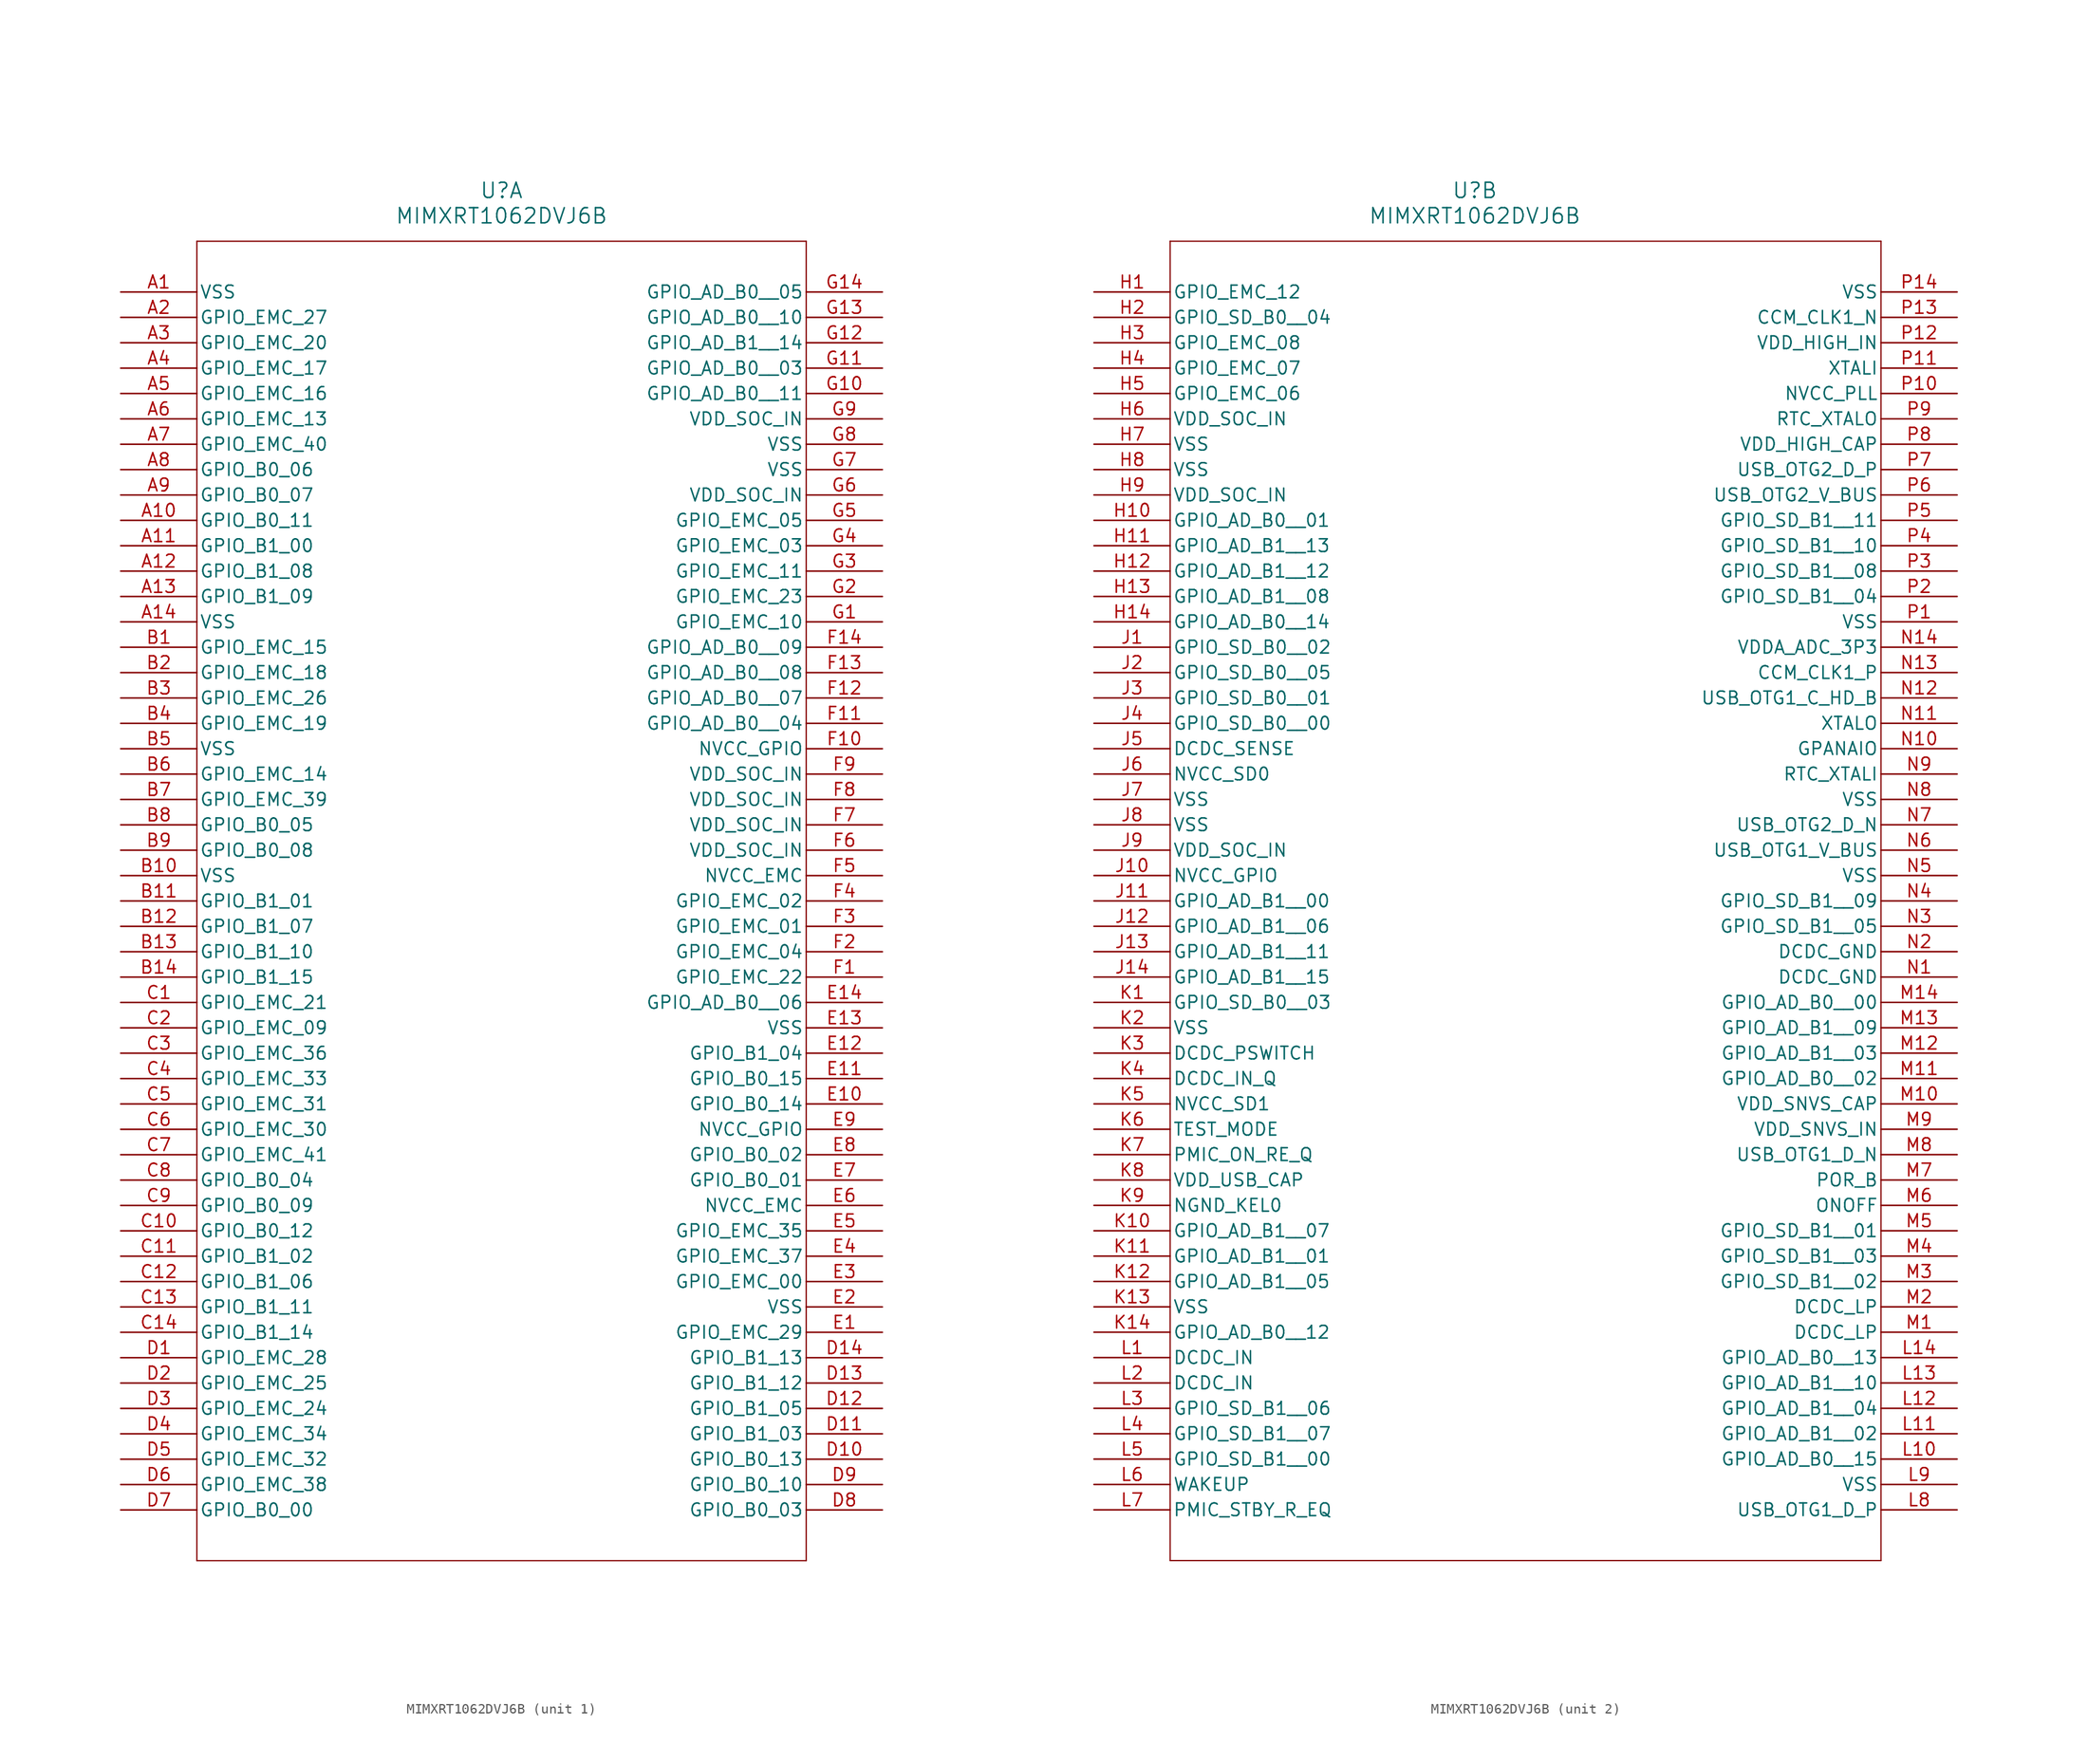
<source format=kicad_sym>
(kicad_symbol_lib
  (version 20211014)
  (generator kicad_symbol_editor)
  (symbol "MIMXRT1062DVJ6B"
    (pin_names
      (offset 0.254))
    (property "Reference" "U"
      (at 38.1 10.16 0)
      (effects (font (size 1.524 1.524))))
    (property "Value" "MIMXRT1062DVJ6B"
      (at 38.1 7.62 0)
      (effects (font (size 1.524 1.524))))
    (symbol "MIMXRT1062DVJ6B_1_1"
      (polyline (pts (xy 7.62 5.08) (xy 7.62 -127)) (stroke (width 0.127) (type default) (color 0 0 0 0)) (fill (type none)))
      (polyline (pts (xy 7.62 -127) (xy 68.58 -127)) (stroke (width 0.127) (type default) (color 0 0 0 0)) (fill (type none)))
      (polyline (pts (xy 68.58 -127) (xy 68.58 5.08)) (stroke (width 0.127) (type default) (color 0 0 0 0)) (fill (type none)))
      (polyline (pts (xy 68.58 5.08) (xy 7.62 5.08)) (stroke (width 0.127) (type default) (color 0 0 0 0)) (fill (type none)))
      (pin power_out line (at 0 0 0) (length 7.62) (name "VSS" (effects (font (size 1.27 1.27)))) (number "A1" (effects (font (size 1.27 1.27)))))
      (pin bidirectional line (at 0 -2.54 0) (length 7.62) (name "GPIO_EMC_27" (effects (font (size 1.27 1.27)))) (number "A2" (effects (font (size 1.27 1.27)))))
      (pin bidirectional line (at 0 -5.08 0) (length 7.62) (name "GPIO_EMC_20" (effects (font (size 1.27 1.27)))) (number "A3" (effects (font (size 1.27 1.27)))))
      (pin bidirectional line (at 0 -7.62 0) (length 7.62) (name "GPIO_EMC_17" (effects (font (size 1.27 1.27)))) (number "A4" (effects (font (size 1.27 1.27)))))
      (pin bidirectional line (at 0 -10.16 0) (length 7.62) (name "GPIO_EMC_16" (effects (font (size 1.27 1.27)))) (number "A5" (effects (font (size 1.27 1.27)))))
      (pin bidirectional line (at 0 -12.7 0) (length 7.62) (name "GPIO_EMC_13" (effects (font (size 1.27 1.27)))) (number "A6" (effects (font (size 1.27 1.27)))))
      (pin bidirectional line (at 0 -15.24 0) (length 7.62) (name "GPIO_EMC_40" (effects (font (size 1.27 1.27)))) (number "A7" (effects (font (size 1.27 1.27)))))
      (pin bidirectional line (at 0 -17.78 0) (length 7.62) (name "GPIO_B0_06" (effects (font (size 1.27 1.27)))) (number "A8" (effects (font (size 1.27 1.27)))))
      (pin bidirectional line (at 0 -20.32 0) (length 7.62) (name "GPIO_B0_07" (effects (font (size 1.27 1.27)))) (number "A9" (effects (font (size 1.27 1.27)))))
      (pin bidirectional line (at 0 -22.86 0) (length 7.62) (name "GPIO_B0_11" (effects (font (size 1.27 1.27)))) (number "A10" (effects (font (size 1.27 1.27)))))
      (pin bidirectional line (at 0 -25.4 0) (length 7.62) (name "GPIO_B1_00" (effects (font (size 1.27 1.27)))) (number "A11" (effects (font (size 1.27 1.27)))))
      (pin bidirectional line (at 0 -27.94 0) (length 7.62) (name "GPIO_B1_08" (effects (font (size 1.27 1.27)))) (number "A12" (effects (font (size 1.27 1.27)))))
      (pin bidirectional line (at 0 -30.48 0) (length 7.62) (name "GPIO_B1_09" (effects (font (size 1.27 1.27)))) (number "A13" (effects (font (size 1.27 1.27)))))
      (pin power_out line (at 0 -33.02 0) (length 7.62) (name "VSS" (effects (font (size 1.27 1.27)))) (number "A14" (effects (font (size 1.27 1.27)))))
      (pin bidirectional line (at 0 -35.56 0) (length 7.62) (name "GPIO_EMC_15" (effects (font (size 1.27 1.27)))) (number "B1" (effects (font (size 1.27 1.27)))))
      (pin bidirectional line (at 0 -38.1 0) (length 7.62) (name "GPIO_EMC_18" (effects (font (size 1.27 1.27)))) (number "B2" (effects (font (size 1.27 1.27)))))
      (pin bidirectional line (at 0 -40.64 0) (length 7.62) (name "GPIO_EMC_26" (effects (font (size 1.27 1.27)))) (number "B3" (effects (font (size 1.27 1.27)))))
      (pin bidirectional line (at 0 -43.18 0) (length 7.62) (name "GPIO_EMC_19" (effects (font (size 1.27 1.27)))) (number "B4" (effects (font (size 1.27 1.27)))))
      (pin bidirectional line (at 0 -45.72 0) (length 7.62) (name "VSS" (effects (font (size 1.27 1.27)))) (number "B5" (effects (font (size 1.27 1.27)))))
      (pin bidirectional line (at 0 -48.26 0) (length 7.62) (name "GPIO_EMC_14" (effects (font (size 1.27 1.27)))) (number "B6" (effects (font (size 1.27 1.27)))))
      (pin bidirectional line (at 0 -50.8 0) (length 7.62) (name "GPIO_EMC_39" (effects (font (size 1.27 1.27)))) (number "B7" (effects (font (size 1.27 1.27)))))
      (pin bidirectional line (at 0 -53.34 0) (length 7.62) (name "GPIO_B0_05" (effects (font (size 1.27 1.27)))) (number "B8" (effects (font (size 1.27 1.27)))))
      (pin bidirectional line (at 0 -55.88 0) (length 7.62) (name "GPIO_B0_08" (effects (font (size 1.27 1.27)))) (number "B9" (effects (font (size 1.27 1.27)))))
      (pin bidirectional line (at 0 -58.42 0) (length 7.62) (name "VSS" (effects (font (size 1.27 1.27)))) (number "B10" (effects (font (size 1.27 1.27)))))
      (pin bidirectional line (at 0 -60.96 0) (length 7.62) (name "GPIO_B1_01" (effects (font (size 1.27 1.27)))) (number "B11" (effects (font (size 1.27 1.27)))))
      (pin bidirectional line (at 0 -63.5 0) (length 7.62) (name "GPIO_B1_07" (effects (font (size 1.27 1.27)))) (number "B12" (effects (font (size 1.27 1.27)))))
      (pin bidirectional line (at 0 -66.04 0) (length 7.62) (name "GPIO_B1_10" (effects (font (size 1.27 1.27)))) (number "B13" (effects (font (size 1.27 1.27)))))
      (pin bidirectional line (at 0 -68.58 0) (length 7.62) (name "GPIO_B1_15" (effects (font (size 1.27 1.27)))) (number "B14" (effects (font (size 1.27 1.27)))))
      (pin bidirectional line (at 0 -71.12 0) (length 7.62) (name "GPIO_EMC_21" (effects (font (size 1.27 1.27)))) (number "C1" (effects (font (size 1.27 1.27)))))
      (pin bidirectional line (at 0 -73.66 0) (length 7.62) (name "GPIO_EMC_09" (effects (font (size 1.27 1.27)))) (number "C2" (effects (font (size 1.27 1.27)))))
      (pin bidirectional line (at 0 -76.2 0) (length 7.62) (name "GPIO_EMC_36" (effects (font (size 1.27 1.27)))) (number "C3" (effects (font (size 1.27 1.27)))))
      (pin bidirectional line (at 0 -78.74 0) (length 7.62) (name "GPIO_EMC_33" (effects (font (size 1.27 1.27)))) (number "C4" (effects (font (size 1.27 1.27)))))
      (pin bidirectional line (at 0 -81.28 0) (length 7.62) (name "GPIO_EMC_31" (effects (font (size 1.27 1.27)))) (number "C5" (effects (font (size 1.27 1.27)))))
      (pin bidirectional line (at 0 -83.82 0) (length 7.62) (name "GPIO_EMC_30" (effects (font (size 1.27 1.27)))) (number "C6" (effects (font (size 1.27 1.27)))))
      (pin bidirectional line (at 0 -86.36 0) (length 7.62) (name "GPIO_EMC_41" (effects (font (size 1.27 1.27)))) (number "C7" (effects (font (size 1.27 1.27)))))
      (pin bidirectional line (at 0 -88.9 0) (length 7.62) (name "GPIO_B0_04" (effects (font (size 1.27 1.27)))) (number "C8" (effects (font (size 1.27 1.27)))))
      (pin bidirectional line (at 0 -91.44 0) (length 7.62) (name "GPIO_B0_09" (effects (font (size 1.27 1.27)))) (number "C9" (effects (font (size 1.27 1.27)))))
      (pin power_out line (at 0 -93.98 0) (length 7.62) (name "GPIO_B0_12" (effects (font (size 1.27 1.27)))) (number "C10" (effects (font (size 1.27 1.27)))))
      (pin bidirectional line (at 0 -96.52 0) (length 7.62) (name "GPIO_B1_02" (effects (font (size 1.27 1.27)))) (number "C11" (effects (font (size 1.27 1.27)))))
      (pin bidirectional line (at 0 -99.06 0) (length 7.62) (name "GPIO_B1_06" (effects (font (size 1.27 1.27)))) (number "C12" (effects (font (size 1.27 1.27)))))
      (pin bidirectional line (at 0 -101.6 0) (length 7.62) (name "GPIO_B1_11" (effects (font (size 1.27 1.27)))) (number "C13" (effects (font (size 1.27 1.27)))))
      (pin power_in line (at 0 -104.14 0) (length 7.62) (name "GPIO_B1_14" (effects (font (size 1.27 1.27)))) (number "C14" (effects (font (size 1.27 1.27)))))
      (pin bidirectional line (at 0 -106.68 0) (length 7.62) (name "GPIO_EMC_28" (effects (font (size 1.27 1.27)))) (number "D1" (effects (font (size 1.27 1.27)))))
      (pin bidirectional line (at 0 -109.22 0) (length 7.62) (name "GPIO_EMC_25" (effects (font (size 1.27 1.27)))) (number "D2" (effects (font (size 1.27 1.27)))))
      (pin power_in line (at 0 -111.76 0) (length 7.62) (name "GPIO_EMC_24" (effects (font (size 1.27 1.27)))) (number "D3" (effects (font (size 1.27 1.27)))))
      (pin bidirectional line (at 0 -114.3 0) (length 7.62) (name "GPIO_EMC_34" (effects (font (size 1.27 1.27)))) (number "D4" (effects (font (size 1.27 1.27)))))
      (pin bidirectional line (at 0 -116.84 0) (length 7.62) (name "GPIO_EMC_32" (effects (font (size 1.27 1.27)))) (number "D5" (effects (font (size 1.27 1.27)))))
      (pin bidirectional line (at 0 -119.38 0) (length 7.62) (name "GPIO_EMC_38" (effects (font (size 1.27 1.27)))) (number "D6" (effects (font (size 1.27 1.27)))))
      (pin bidirectional line (at 0 -121.92 0) (length 7.62) (name "GPIO_B0_00" (effects (font (size 1.27 1.27)))) (number "D7" (effects (font (size 1.27 1.27)))))
      (pin power_in line (at 76.2 -121.92 180) (length 7.62) (name "GPIO_B0_03" (effects (font (size 1.27 1.27)))) (number "D8" (effects (font (size 1.27 1.27)))))
      (pin power_in line (at 76.2 -119.38 180) (length 7.62) (name "GPIO_B0_10" (effects (font (size 1.27 1.27)))) (number "D9" (effects (font (size 1.27 1.27)))))
      (pin power_in line (at 76.2 -116.84 180) (length 7.62) (name "GPIO_B0_13" (effects (font (size 1.27 1.27)))) (number "D10" (effects (font (size 1.27 1.27)))))
      (pin power_in line (at 76.2 -114.3 180) (length 7.62) (name "GPIO_B1_03" (effects (font (size 1.27 1.27)))) (number "D11" (effects (font (size 1.27 1.27)))))
      (pin power_in line (at 76.2 -111.76 180) (length 7.62) (name "GPIO_B1_05" (effects (font (size 1.27 1.27)))) (number "D12" (effects (font (size 1.27 1.27)))))
      (pin bidirectional line (at 76.2 -109.22 180) (length 7.62) (name "GPIO_B1_12" (effects (font (size 1.27 1.27)))) (number "D13" (effects (font (size 1.27 1.27)))))
      (pin bidirectional line (at 76.2 -106.68 180) (length 7.62) (name "GPIO_B1_13" (effects (font (size 1.27 1.27)))) (number "D14" (effects (font (size 1.27 1.27)))))
      (pin bidirectional line (at 76.2 -104.14 180) (length 7.62) (name "GPIO_EMC_29" (effects (font (size 1.27 1.27)))) (number "E1" (effects (font (size 1.27 1.27)))))
      (pin bidirectional line (at 76.2 -101.6 180) (length 7.62) (name "VSS" (effects (font (size 1.27 1.27)))) (number "E2" (effects (font (size 1.27 1.27)))))
      (pin bidirectional line (at 76.2 -99.06 180) (length 7.62) (name "GPIO_EMC_00" (effects (font (size 1.27 1.27)))) (number "E3" (effects (font (size 1.27 1.27)))))
      (pin power_in line (at 76.2 -96.52 180) (length 7.62) (name "GPIO_EMC_37" (effects (font (size 1.27 1.27)))) (number "E4" (effects (font (size 1.27 1.27)))))
      (pin power_out line (at 76.2 -93.98 180) (length 7.62) (name "GPIO_EMC_35" (effects (font (size 1.27 1.27)))) (number "E5" (effects (font (size 1.27 1.27)))))
      (pin power_out line (at 76.2 -91.44 180) (length 7.62) (name "NVCC_EMC" (effects (font (size 1.27 1.27)))) (number "E6" (effects (font (size 1.27 1.27)))))
      (pin power_in line (at 76.2 -88.9 180) (length 7.62) (name "GPIO_B0_01" (effects (font (size 1.27 1.27)))) (number "E7" (effects (font (size 1.27 1.27)))))
      (pin bidirectional line (at 76.2 -86.36 180) (length 7.62) (name "GPIO_B0_02" (effects (font (size 1.27 1.27)))) (number "E8" (effects (font (size 1.27 1.27)))))
      (pin bidirectional line (at 76.2 -83.82 180) (length 7.62) (name "NVCC_GPIO" (effects (font (size 1.27 1.27)))) (number "E9" (effects (font (size 1.27 1.27)))))
      (pin bidirectional line (at 76.2 -81.28 180) (length 7.62) (name "GPIO_B0_14" (effects (font (size 1.27 1.27)))) (number "E10" (effects (font (size 1.27 1.27)))))
      (pin bidirectional line (at 76.2 -78.74 180) (length 7.62) (name "GPIO_B0_15" (effects (font (size 1.27 1.27)))) (number "E11" (effects (font (size 1.27 1.27)))))
      (pin bidirectional line (at 76.2 -76.2 180) (length 7.62) (name "GPIO_B1_04" (effects (font (size 1.27 1.27)))) (number "E12" (effects (font (size 1.27 1.27)))))
      (pin power_in line (at 76.2 -73.66 180) (length 7.62) (name "VSS" (effects (font (size 1.27 1.27)))) (number "E13" (effects (font (size 1.27 1.27)))))
      (pin power_out line (at 76.2 -71.12 180) (length 7.62) (name "GPIO_AD_B0_ 06" (effects (font (size 1.27 1.27)))) (number "E14" (effects (font (size 1.27 1.27)))))
      (pin power_out line (at 76.2 -68.58 180) (length 7.62) (name "GPIO_EMC_22" (effects (font (size 1.27 1.27)))) (number "F1" (effects (font (size 1.27 1.27)))))
      (pin power_in line (at 76.2 -66.04 180) (length 7.62) (name "GPIO_EMC_04" (effects (font (size 1.27 1.27)))) (number "F2" (effects (font (size 1.27 1.27)))))
      (pin bidirectional line (at 76.2 -63.5 180) (length 7.62) (name "GPIO_EMC_01" (effects (font (size 1.27 1.27)))) (number "F3" (effects (font (size 1.27 1.27)))))
      (pin bidirectional line (at 76.2 -60.96 180) (length 7.62) (name "GPIO_EMC_02" (effects (font (size 1.27 1.27)))) (number "F4" (effects (font (size 1.27 1.27)))))
      (pin bidirectional line (at 76.2 -58.42 180) (length 7.62) (name "NVCC_EMC" (effects (font (size 1.27 1.27)))) (number "F5" (effects (font (size 1.27 1.27)))))
      (pin bidirectional line (at 76.2 -55.88 180) (length 7.62) (name "VDD_SOC_IN" (effects (font (size 1.27 1.27)))) (number "F6" (effects (font (size 1.27 1.27)))))
      (pin unspecified line (at 76.2 -53.34 180) (length 7.62) (name "VDD_SOC_IN" (effects (font (size 1.27 1.27)))) (number "F7" (effects (font (size 1.27 1.27)))))
      (pin bidirectional line (at 76.2 -50.8 180) (length 7.62) (name "VDD_SOC_IN" (effects (font (size 1.27 1.27)))) (number "F8" (effects (font (size 1.27 1.27)))))
      (pin power_out line (at 76.2 -48.26 180) (length 7.62) (name "VDD_SOC_IN" (effects (font (size 1.27 1.27)))) (number "F9" (effects (font (size 1.27 1.27)))))
      (pin power_out line (at 76.2 -45.72 180) (length 7.62) (name "NVCC_GPIO" (effects (font (size 1.27 1.27)))) (number "F10" (effects (font (size 1.27 1.27)))))
      (pin power_in line (at 76.2 -43.18 180) (length 7.62) (name "GPIO_AD_B0_ 04" (effects (font (size 1.27 1.27)))) (number "F11" (effects (font (size 1.27 1.27)))))
      (pin bidirectional line (at 76.2 -40.64 180) (length 7.62) (name "GPIO_AD_B0_ 07" (effects (font (size 1.27 1.27)))) (number "F12" (effects (font (size 1.27 1.27)))))
      (pin power_out line (at 76.2 -38.1 180) (length 7.62) (name "GPIO_AD_B0_ 08" (effects (font (size 1.27 1.27)))) (number "F13" (effects (font (size 1.27 1.27)))))
      (pin unspecified line (at 76.2 -35.56 180) (length 7.62) (name "GPIO_AD_B0_ 09" (effects (font (size 1.27 1.27)))) (number "F14" (effects (font (size 1.27 1.27)))))
      (pin input line (at 76.2 -33.02 180) (length 7.62) (name "GPIO_EMC_10" (effects (font (size 1.27 1.27)))) (number "G1" (effects (font (size 1.27 1.27)))))
      (pin bidirectional line (at 76.2 -30.48 180) (length 7.62) (name "GPIO_EMC_23" (effects (font (size 1.27 1.27)))) (number "G2" (effects (font (size 1.27 1.27)))))
      (pin unspecified line (at 76.2 -27.94 180) (length 7.62) (name "GPIO_EMC_11" (effects (font (size 1.27 1.27)))) (number "G3" (effects (font (size 1.27 1.27)))))
      (pin unspecified line (at 76.2 -25.4 180) (length 7.62) (name "GPIO_EMC_03" (effects (font (size 1.27 1.27)))) (number "G4" (effects (font (size 1.27 1.27)))))
      (pin power_in line (at 76.2 -22.86 180) (length 7.62) (name "GPIO_EMC_05" (effects (font (size 1.27 1.27)))) (number "G5" (effects (font (size 1.27 1.27)))))
      (pin power_out line (at 76.2 -20.32 180) (length 7.62) (name "VDD_SOC_IN" (effects (font (size 1.27 1.27)))) (number "G6" (effects (font (size 1.27 1.27)))))
      (pin input line (at 76.2 -17.78 180) (length 7.62) (name "VSS" (effects (font (size 1.27 1.27)))) (number "G7" (effects (font (size 1.27 1.27)))))
      (pin input line (at 76.2 -15.24 180) (length 7.62) (name "VSS" (effects (font (size 1.27 1.27)))) (number "G8" (effects (font (size 1.27 1.27)))))
      (pin bidirectional line (at 76.2 -12.7 180) (length 7.62) (name "VDD_SOC_IN" (effects (font (size 1.27 1.27)))) (number "G9" (effects (font (size 1.27 1.27)))))
      (pin bidirectional line (at 76.2 -10.16 180) (length 7.62) (name "GPIO_AD_B0_ 11" (effects (font (size 1.27 1.27)))) (number "G10" (effects (font (size 1.27 1.27)))))
      (pin bidirectional line (at 76.2 -7.62 180) (length 7.62) (name "GPIO_AD_B0_ 03" (effects (font (size 1.27 1.27)))) (number "G11" (effects (font (size 1.27 1.27)))))
      (pin unspecified line (at 76.2 -5.08 180) (length 7.62) (name "GPIO_AD_B1_ 14" (effects (font (size 1.27 1.27)))) (number "G12" (effects (font (size 1.27 1.27)))))
      (pin unspecified line (at 76.2 -2.54 180) (length 7.62) (name "GPIO_AD_B0_ 10" (effects (font (size 1.27 1.27)))) (number "G13" (effects (font (size 1.27 1.27)))))
      (pin bidirectional line (at 76.2 0 180) (length 7.62) (name "GPIO_AD_B0_ 05" (effects (font (size 1.27 1.27)))) (number "G14" (effects (font (size 1.27 1.27))))))
    (symbol "MIMXRT1062DVJ6B_2_1"
      (polyline (pts (xy 7.62 5.08) (xy 7.62 -127)) (stroke (width 0.127) (type default) (color 0 0 0 0)) (fill (type none)))
      (polyline (pts (xy 7.62 -127) (xy 78.74 -127)) (stroke (width 0.127) (type default) (color 0 0 0 0)) (fill (type none)))
      (polyline (pts (xy 78.74 -127) (xy 78.74 5.08)) (stroke (width 0.127) (type default) (color 0 0 0 0)) (fill (type none)))
      (polyline (pts (xy 78.74 5.08) (xy 7.62 5.08)) (stroke (width 0.127) (type default) (color 0 0 0 0)) (fill (type none)))
      (pin power_out line (at 0 0 0) (length 7.62) (name "GPIO_EMC_12" (effects (font (size 1.27 1.27)))) (number "H1" (effects (font (size 1.27 1.27)))))
      (pin unspecified line (at 0 -2.54 0) (length 7.62) (name "GPIO_SD_B0_ 04" (effects (font (size 1.27 1.27)))) (number "H2" (effects (font (size 1.27 1.27)))))
      (pin unspecified line (at 0 -5.08 0) (length 7.62) (name "GPIO_EMC_08" (effects (font (size 1.27 1.27)))) (number "H3" (effects (font (size 1.27 1.27)))))
      (pin bidirectional line (at 0 -7.62 0) (length 7.62) (name "GPIO_EMC_07" (effects (font (size 1.27 1.27)))) (number "H4" (effects (font (size 1.27 1.27)))))
      (pin bidirectional line (at 0 -10.16 0) (length 7.62) (name "GPIO_EMC_06" (effects (font (size 1.27 1.27)))) (number "H5" (effects (font (size 1.27 1.27)))))
      (pin bidirectional line (at 0 -12.7 0) (length 7.62) (name "VDD_SOC_IN" (effects (font (size 1.27 1.27)))) (number "H6" (effects (font (size 1.27 1.27)))))
      (pin unspecified line (at 0 -15.24 0) (length 7.62) (name "VSS" (effects (font (size 1.27 1.27)))) (number "H7" (effects (font (size 1.27 1.27)))))
      (pin unspecified line (at 0 -17.78 0) (length 7.62) (name "VSS" (effects (font (size 1.27 1.27)))) (number "H8" (effects (font (size 1.27 1.27)))))
      (pin bidirectional line (at 0 -20.32 0) (length 7.62) (name "VDD_SOC_IN" (effects (font (size 1.27 1.27)))) (number "H9" (effects (font (size 1.27 1.27)))))
      (pin power_in line (at 0 -22.86 0) (length 7.62) (name "GPIO_AD_B0_ 01" (effects (font (size 1.27 1.27)))) (number "H10" (effects (font (size 1.27 1.27)))))
      (pin power_out line (at 0 -25.4 0) (length 7.62) (name "GPIO_AD_B1_ 13" (effects (font (size 1.27 1.27)))) (number "H11" (effects (font (size 1.27 1.27)))))
      (pin power_out line (at 0 -27.94 0) (length 7.62) (name "GPIO_AD_B1_ 12" (effects (font (size 1.27 1.27)))) (number "H12" (effects (font (size 1.27 1.27)))))
      (pin bidirectional line (at 0 -30.48 0) (length 7.62) (name "GPIO_AD_B1_ 08" (effects (font (size 1.27 1.27)))) (number "H13" (effects (font (size 1.27 1.27)))))
      (pin bidirectional line (at 0 -33.02 0) (length 7.62) (name "GPIO_AD_B0_ 14" (effects (font (size 1.27 1.27)))) (number "H14" (effects (font (size 1.27 1.27)))))
      (pin power_out line (at 0 -35.56 0) (length 7.62) (name "GPIO_SD_B0_ 02" (effects (font (size 1.27 1.27)))) (number "J1" (effects (font (size 1.27 1.27)))))
      (pin bidirectional line (at 0 -38.1 0) (length 7.62) (name "GPIO_SD_B0_ 05" (effects (font (size 1.27 1.27)))) (number "J2" (effects (font (size 1.27 1.27)))))
      (pin bidirectional line (at 0 -40.64 0) (length 7.62) (name "GPIO_SD_B0_ 01" (effects (font (size 1.27 1.27)))) (number "J3" (effects (font (size 1.27 1.27)))))
      (pin power_out line (at 0 -43.18 0) (length 7.62) (name "GPIO_SD_B0_ 00" (effects (font (size 1.27 1.27)))) (number "J4" (effects (font (size 1.27 1.27)))))
      (pin input line (at 0 -45.72 0) (length 7.62) (name "DCDC_SENSE" (effects (font (size 1.27 1.27)))) (number "J5" (effects (font (size 1.27 1.27)))))
      (pin power_out line (at 0 -48.26 0) (length 7.62) (name "NVCC_SD0" (effects (font (size 1.27 1.27)))) (number "J6" (effects (font (size 1.27 1.27)))))
      (pin bidirectional line (at 0 -50.8 0) (length 7.62) (name "VSS" (effects (font (size 1.27 1.27)))) (number "J7" (effects (font (size 1.27 1.27)))))
      (pin bidirectional line (at 0 -53.34 0) (length 7.62) (name "VSS" (effects (font (size 1.27 1.27)))) (number "J8" (effects (font (size 1.27 1.27)))))
      (pin bidirectional line (at 0 -55.88 0) (length 7.62) (name "VDD_SOC_IN" (effects (font (size 1.27 1.27)))) (number "J9" (effects (font (size 1.27 1.27)))))
      (pin bidirectional line (at 0 -58.42 0) (length 7.62) (name "NVCC_GPIO" (effects (font (size 1.27 1.27)))) (number "J10" (effects (font (size 1.27 1.27)))))
      (pin bidirectional line (at 0 -60.96 0) (length 7.62) (name "GPIO_AD_B1_ 00" (effects (font (size 1.27 1.27)))) (number "J11" (effects (font (size 1.27 1.27)))))
      (pin bidirectional line (at 0 -63.5 0) (length 7.62) (name "GPIO_AD_B1_ 06" (effects (font (size 1.27 1.27)))) (number "J12" (effects (font (size 1.27 1.27)))))
      (pin power_in line (at 0 -66.04 0) (length 7.62) (name "GPIO_AD_B1_ 11" (effects (font (size 1.27 1.27)))) (number "J13" (effects (font (size 1.27 1.27)))))
      (pin output line (at 0 -68.58 0) (length 7.62) (name "GPIO_AD_B1_ 15" (effects (font (size 1.27 1.27)))) (number "J14" (effects (font (size 1.27 1.27)))))
      (pin bidirectional line (at 0 -71.12 0) (length 7.62) (name "GPIO_SD_B0_ 03" (effects (font (size 1.27 1.27)))) (number "K1" (effects (font (size 1.27 1.27)))))
      (pin bidirectional line (at 0 -73.66 0) (length 7.62) (name "VSS" (effects (font (size 1.27 1.27)))) (number "K2" (effects (font (size 1.27 1.27)))))
      (pin bidirectional line (at 0 -76.2 0) (length 7.62) (name "DCDC_PSWITCH" (effects (font (size 1.27 1.27)))) (number "K3" (effects (font (size 1.27 1.27)))))
      (pin bidirectional line (at 0 -78.74 0) (length 7.62) (name "DCDC_IN_Q" (effects (font (size 1.27 1.27)))) (number "K4" (effects (font (size 1.27 1.27)))))
      (pin power_out line (at 0 -81.28 0) (length 7.62) (name "NVCC_SD1" (effects (font (size 1.27 1.27)))) (number "K5" (effects (font (size 1.27 1.27)))))
      (pin power_out line (at 0 -83.82 0) (length 7.62) (name "TEST_MODE" (effects (font (size 1.27 1.27)))) (number "K6" (effects (font (size 1.27 1.27)))))
      (pin bidirectional line (at 0 -86.36 0) (length 7.62) (name "PMIC_ON_RE Q" (effects (font (size 1.27 1.27)))) (number "K7" (effects (font (size 1.27 1.27)))))
      (pin bidirectional line (at 0 -88.9 0) (length 7.62) (name "VDD_USB_CAP" (effects (font (size 1.27 1.27)))) (number "K8" (effects (font (size 1.27 1.27)))))
      (pin bidirectional line (at 0 -91.44 0) (length 7.62) (name "NGND_KEL0" (effects (font (size 1.27 1.27)))) (number "K9" (effects (font (size 1.27 1.27)))))
      (pin bidirectional line (at 0 -93.98 0) (length 7.62) (name "GPIO_AD_B1_ 07" (effects (font (size 1.27 1.27)))) (number "K10" (effects (font (size 1.27 1.27)))))
      (pin bidirectional line (at 0 -96.52 0) (length 7.62) (name "GPIO_AD_B1_ 01" (effects (font (size 1.27 1.27)))) (number "K11" (effects (font (size 1.27 1.27)))))
      (pin bidirectional line (at 0 -99.06 0) (length 7.62) (name "GPIO_AD_B1_ 05" (effects (font (size 1.27 1.27)))) (number "K12" (effects (font (size 1.27 1.27)))))
      (pin bidirectional line (at 0 -101.6 0) (length 7.62) (name "VSS" (effects (font (size 1.27 1.27)))) (number "K13" (effects (font (size 1.27 1.27)))))
      (pin bidirectional line (at 0 -104.14 0) (length 7.62) (name "GPIO_AD_B0_ 12" (effects (font (size 1.27 1.27)))) (number "K14" (effects (font (size 1.27 1.27)))))
      (pin bidirectional line (at 0 -106.68 0) (length 7.62) (name "DCDC_IN" (effects (font (size 1.27 1.27)))) (number "L1" (effects (font (size 1.27 1.27)))))
      (pin bidirectional line (at 0 -109.22 0) (length 7.62) (name "DCDC_IN" (effects (font (size 1.27 1.27)))) (number "L2" (effects (font (size 1.27 1.27)))))
      (pin bidirectional line (at 0 -111.76 0) (length 7.62) (name "GPIO_SD_B1_ 06" (effects (font (size 1.27 1.27)))) (number "L3" (effects (font (size 1.27 1.27)))))
      (pin bidirectional line (at 0 -114.3 0) (length 7.62) (name "GPIO_SD_B1_ 07" (effects (font (size 1.27 1.27)))) (number "L4" (effects (font (size 1.27 1.27)))))
      (pin bidirectional line (at 0 -116.84 0) (length 7.62) (name "GPIO_SD_B1_ 00" (effects (font (size 1.27 1.27)))) (number "L5" (effects (font (size 1.27 1.27)))))
      (pin bidirectional line (at 0 -119.38 0) (length 7.62) (name "WAKEUP" (effects (font (size 1.27 1.27)))) (number "L6" (effects (font (size 1.27 1.27)))))
      (pin bidirectional line (at 0 -121.92 0) (length 7.62) (name "PMIC_STBY_R EQ" (effects (font (size 1.27 1.27)))) (number "L7" (effects (font (size 1.27 1.27)))))
      (pin bidirectional line (at 86.36 -121.92 180) (length 7.62) (name "USB_OTG1_D P" (effects (font (size 1.27 1.27)))) (number "L8" (effects (font (size 1.27 1.27)))))
      (pin bidirectional line (at 86.36 -119.38 180) (length 7.62) (name "VSS" (effects (font (size 1.27 1.27)))) (number "L9" (effects (font (size 1.27 1.27)))))
      (pin power_out line (at 86.36 -116.84 180) (length 7.62) (name "GPIO_AD_B0_ 15" (effects (font (size 1.27 1.27)))) (number "L10" (effects (font (size 1.27 1.27)))))
      (pin bidirectional line (at 86.36 -114.3 180) (length 7.62) (name "GPIO_AD_B1_ 02" (effects (font (size 1.27 1.27)))) (number "L11" (effects (font (size 1.27 1.27)))))
      (pin power_in line (at 86.36 -111.76 180) (length 7.62) (name "GPIO_AD_B1_ 04" (effects (font (size 1.27 1.27)))) (number "L12" (effects (font (size 1.27 1.27)))))
      (pin bidirectional line (at 86.36 -109.22 180) (length 7.62) (name "GPIO_AD_B1_ 10" (effects (font (size 1.27 1.27)))) (number "L13" (effects (font (size 1.27 1.27)))))
      (pin bidirectional line (at 86.36 -106.68 180) (length 7.62) (name "GPIO_AD_B0_ 13" (effects (font (size 1.27 1.27)))) (number "L14" (effects (font (size 1.27 1.27)))))
      (pin bidirectional line (at 86.36 -104.14 180) (length 7.62) (name "DCDC_LP" (effects (font (size 1.27 1.27)))) (number "M1" (effects (font (size 1.27 1.27)))))
      (pin bidirectional line (at 86.36 -101.6 180) (length 7.62) (name "DCDC_LP" (effects (font (size 1.27 1.27)))) (number "M2" (effects (font (size 1.27 1.27)))))
      (pin bidirectional line (at 86.36 -99.06 180) (length 7.62) (name "GPIO_SD_B1_ 02" (effects (font (size 1.27 1.27)))) (number "M3" (effects (font (size 1.27 1.27)))))
      (pin bidirectional line (at 86.36 -96.52 180) (length 7.62) (name "GPIO_SD_B1_ 03" (effects (font (size 1.27 1.27)))) (number "M4" (effects (font (size 1.27 1.27)))))
      (pin bidirectional line (at 86.36 -93.98 180) (length 7.62) (name "GPIO_SD_B1_ 01" (effects (font (size 1.27 1.27)))) (number "M5" (effects (font (size 1.27 1.27)))))
      (pin bidirectional line (at 86.36 -91.44 180) (length 7.62) (name "ONOFF" (effects (font (size 1.27 1.27)))) (number "M6" (effects (font (size 1.27 1.27)))))
      (pin bidirectional line (at 86.36 -88.9 180) (length 7.62) (name "POR_B" (effects (font (size 1.27 1.27)))) (number "M7" (effects (font (size 1.27 1.27)))))
      (pin bidirectional line (at 86.36 -86.36 180) (length 7.62) (name "USB_OTG1_D N" (effects (font (size 1.27 1.27)))) (number "M8" (effects (font (size 1.27 1.27)))))
      (pin bidirectional line (at 86.36 -83.82 180) (length 7.62) (name "VDD_SNVS_IN" (effects (font (size 1.27 1.27)))) (number "M9" (effects (font (size 1.27 1.27)))))
      (pin bidirectional line (at 86.36 -81.28 180) (length 7.62) (name "VDD_SNVS_CAP" (effects (font (size 1.27 1.27)))) (number "M10" (effects (font (size 1.27 1.27)))))
      (pin bidirectional line (at 86.36 -78.74 180) (length 7.62) (name "GPIO_AD_B0_ 02" (effects (font (size 1.27 1.27)))) (number "M11" (effects (font (size 1.27 1.27)))))
      (pin bidirectional line (at 86.36 -76.2 180) (length 7.62) (name "GPIO_AD_B1_ 03" (effects (font (size 1.27 1.27)))) (number "M12" (effects (font (size 1.27 1.27)))))
      (pin power_in line (at 86.36 -73.66 180) (length 7.62) (name "GPIO_AD_B1_ 09" (effects (font (size 1.27 1.27)))) (number "M13" (effects (font (size 1.27 1.27)))))
      (pin bidirectional line (at 86.36 -71.12 180) (length 7.62) (name "GPIO_AD_B0_ 00" (effects (font (size 1.27 1.27)))) (number "M14" (effects (font (size 1.27 1.27)))))
      (pin bidirectional line (at 86.36 -68.58 180) (length 7.62) (name "DCDC_GND" (effects (font (size 1.27 1.27)))) (number "N1" (effects (font (size 1.27 1.27)))))
      (pin bidirectional line (at 86.36 -66.04 180) (length 7.62) (name "DCDC_GND" (effects (font (size 1.27 1.27)))) (number "N2" (effects (font (size 1.27 1.27)))))
      (pin bidirectional line (at 86.36 -63.5 180) (length 7.62) (name "GPIO_SD_B1_ 05" (effects (font (size 1.27 1.27)))) (number "N3" (effects (font (size 1.27 1.27)))))
      (pin bidirectional line (at 86.36 -60.96 180) (length 7.62) (name "GPIO_SD_B1_ 09" (effects (font (size 1.27 1.27)))) (number "N4" (effects (font (size 1.27 1.27)))))
      (pin bidirectional line (at 86.36 -58.42 180) (length 7.62) (name "VSS" (effects (font (size 1.27 1.27)))) (number "N5" (effects (font (size 1.27 1.27)))))
      (pin bidirectional line (at 86.36 -55.88 180) (length 7.62) (name "USB_OTG1_V BUS" (effects (font (size 1.27 1.27)))) (number "N6" (effects (font (size 1.27 1.27)))))
      (pin power_out line (at 86.36 -53.34 180) (length 7.62) (name "USB_OTG2_D N" (effects (font (size 1.27 1.27)))) (number "N7" (effects (font (size 1.27 1.27)))))
      (pin bidirectional line (at 86.36 -50.8 180) (length 7.62) (name "VSS" (effects (font (size 1.27 1.27)))) (number "N8" (effects (font (size 1.27 1.27)))))
      (pin bidirectional line (at 86.36 -48.26 180) (length 7.62) (name "RTC_XTALI" (effects (font (size 1.27 1.27)))) (number "N9" (effects (font (size 1.27 1.27)))))
      (pin bidirectional line (at 86.36 -45.72 180) (length 7.62) (name "GPANAIO" (effects (font (size 1.27 1.27)))) (number "N10" (effects (font (size 1.27 1.27)))))
      (pin bidirectional line (at 86.36 -43.18 180) (length 7.62) (name "XTALO" (effects (font (size 1.27 1.27)))) (number "N11" (effects (font (size 1.27 1.27)))))
      (pin bidirectional line (at 86.36 -40.64 180) (length 7.62) (name "USB_OTG1_C HD_B" (effects (font (size 1.27 1.27)))) (number "N12" (effects (font (size 1.27 1.27)))))
      (pin bidirectional line (at 86.36 -38.1 180) (length 7.62) (name "CCM_CLK1_P" (effects (font (size 1.27 1.27)))) (number "N13" (effects (font (size 1.27 1.27)))))
      (pin power_in line (at 86.36 -35.56 180) (length 7.62) (name "VDDA_ADC_3P3" (effects (font (size 1.27 1.27)))) (number "N14" (effects (font (size 1.27 1.27)))))
      (pin bidirectional line (at 86.36 -33.02 180) (length 7.62) (name "VSS" (effects (font (size 1.27 1.27)))) (number "P1" (effects (font (size 1.27 1.27)))))
      (pin bidirectional line (at 86.36 -30.48 180) (length 7.62) (name "GPIO_SD_B1_ 04" (effects (font (size 1.27 1.27)))) (number "P2" (effects (font (size 1.27 1.27)))))
      (pin bidirectional line (at 86.36 -27.94 180) (length 7.62) (name "GPIO_SD_B1_ 08" (effects (font (size 1.27 1.27)))) (number "P3" (effects (font (size 1.27 1.27)))))
      (pin bidirectional line (at 86.36 -25.4 180) (length 7.62) (name "GPIO_SD_B1_ 10" (effects (font (size 1.27 1.27)))) (number "P4" (effects (font (size 1.27 1.27)))))
      (pin bidirectional line (at 86.36 -22.86 180) (length 7.62) (name "GPIO_SD_B1_ 11" (effects (font (size 1.27 1.27)))) (number "P5" (effects (font (size 1.27 1.27)))))
      (pin output line (at 86.36 -20.32 180) (length 7.62) (name "USB_OTG2_V BUS" (effects (font (size 1.27 1.27)))) (number "P6" (effects (font (size 1.27 1.27)))))
      (pin bidirectional line (at 86.36 -17.78 180) (length 7.62) (name "USB_OTG2_D P" (effects (font (size 1.27 1.27)))) (number "P7" (effects (font (size 1.27 1.27)))))
      (pin bidirectional line (at 86.36 -15.24 180) (length 7.62) (name "VDD_HIGH_CAP" (effects (font (size 1.27 1.27)))) (number "P8" (effects (font (size 1.27 1.27)))))
      (pin power_in line (at 86.36 -12.7 180) (length 7.62) (name "RTC_XTALO" (effects (font (size 1.27 1.27)))) (number "P9" (effects (font (size 1.27 1.27)))))
      (pin power_in line (at 86.36 -10.16 180) (length 7.62) (name "NVCC_PLL" (effects (font (size 1.27 1.27)))) (number "P10" (effects (font (size 1.27 1.27)))))
      (pin input line (at 86.36 -7.62 180) (length 7.62) (name "XTALI" (effects (font (size 1.27 1.27)))) (number "P11" (effects (font (size 1.27 1.27)))))
      (pin power_in line (at 86.36 -5.08 180) (length 7.62) (name "VDD_HIGH_IN" (effects (font (size 1.27 1.27)))) (number "P12" (effects (font (size 1.27 1.27)))))
      (pin bidirectional line (at 86.36 -2.54 180) (length 7.62) (name "CCM_CLK1_N" (effects (font (size 1.27 1.27)))) (number "P13" (effects (font (size 1.27 1.27)))))
      (pin power_out line (at 86.36 0 180) (length 7.62) (name "VSS" (effects (font (size 1.27 1.27)))) (number "P14" (effects (font (size 1.27 1.27))))))))
</source>
